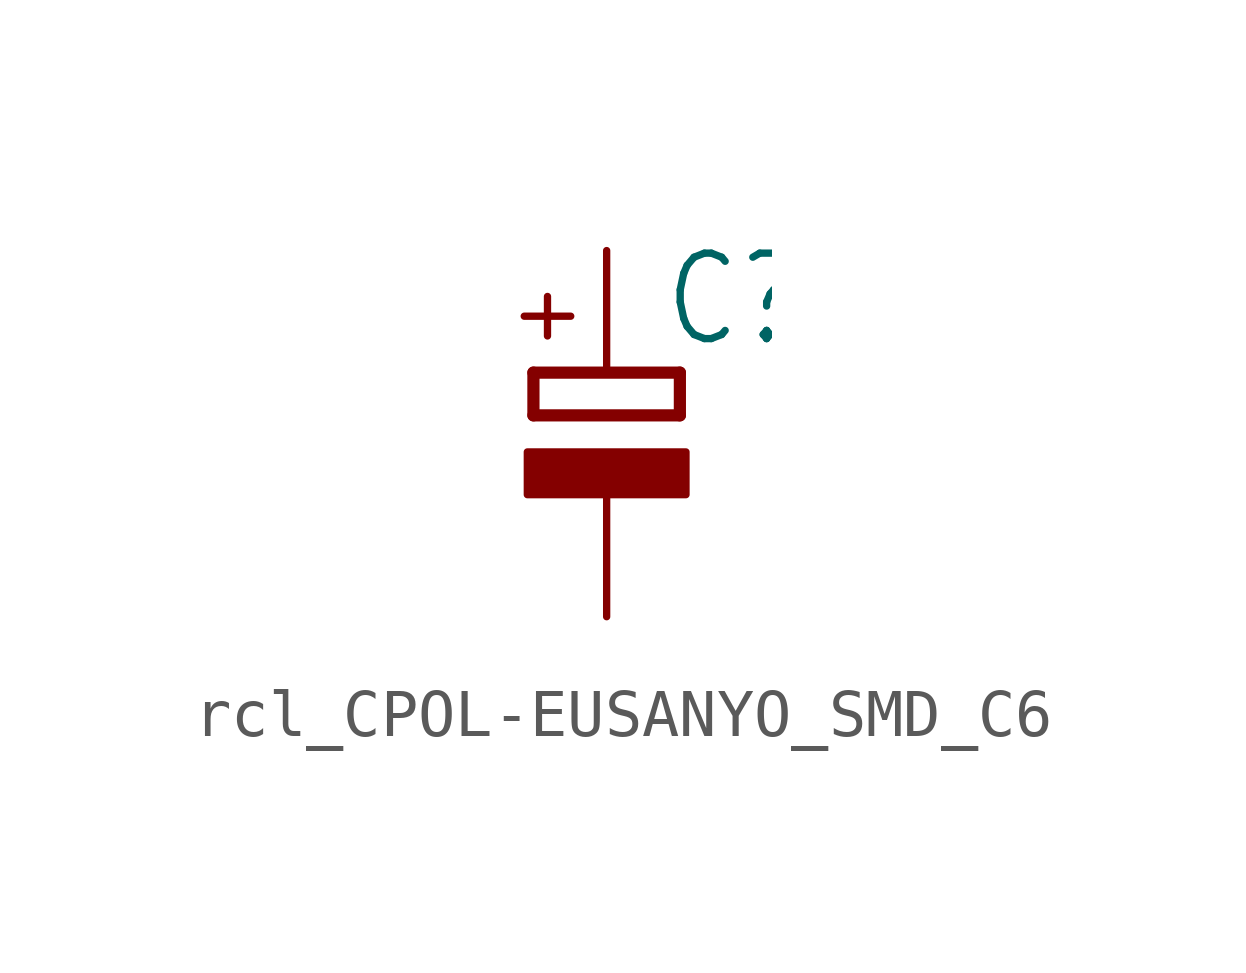
<source format=kicad_sym>
(kicad_symbol_lib
  (version 20241209)
  (generator "kicad_symbol_editor")
  (generator_version "9.0")
  (symbol "rcl_CPOL-EUSANYO_SMD_C6"
    (property "Reference" "C"
      (at 1.143 0.483 0)
      (effects (font (size 1.778 1.511)) (justify left bottom)))
    (property "Value" ""
      (at 1.143 -4.597 0)
      (effects (font (size 1.778 1.511)) (justify left bottom)))
    (property "ki_locked" ""
      (at 0 0 0)
      (effects (font (size 1.27 1.27))))
    (symbol "rcl_CPOL-EUSANYO_SMD_C6_1_0"
      (rectangle (start -1.651 -2.54) (end 1.651 -1.651) (stroke (width 0) (type default)) (fill (type outline)))
      (polyline (pts (xy -1.524 0) (xy -1.524 -0.889)) (stroke (width 0.254) (type solid)) (fill (type none)))
      (polyline (pts (xy -1.524 0) (xy 1.524 0)) (stroke (width 0.254) (type solid)) (fill (type none)))
      (polyline (pts (xy -1.524 -0.889) (xy 1.524 -0.889)) (stroke (width 0.254) (type solid)) (fill (type none)))
      (polyline (pts (xy 1.524 -0.889) (xy 1.524 0)) (stroke (width 0.254) (type solid)) (fill (type none)))
      (text "+" (at -0.584 0.406 900) (effects (font (size 1.27 1.079)) (justify left bottom)))
      (pin passive line (at 0 2.54 270) (length 2.54) (name "+" (effects (font (size 0 0)))) (number "+" (effects (font (size 0 0)))))
      (pin passive line (at 0 -5.08 90) (length 2.54) (name "-" (effects (font (size 0 0)))) (number "-" (effects (font (size 0 0))))))))
</source>
